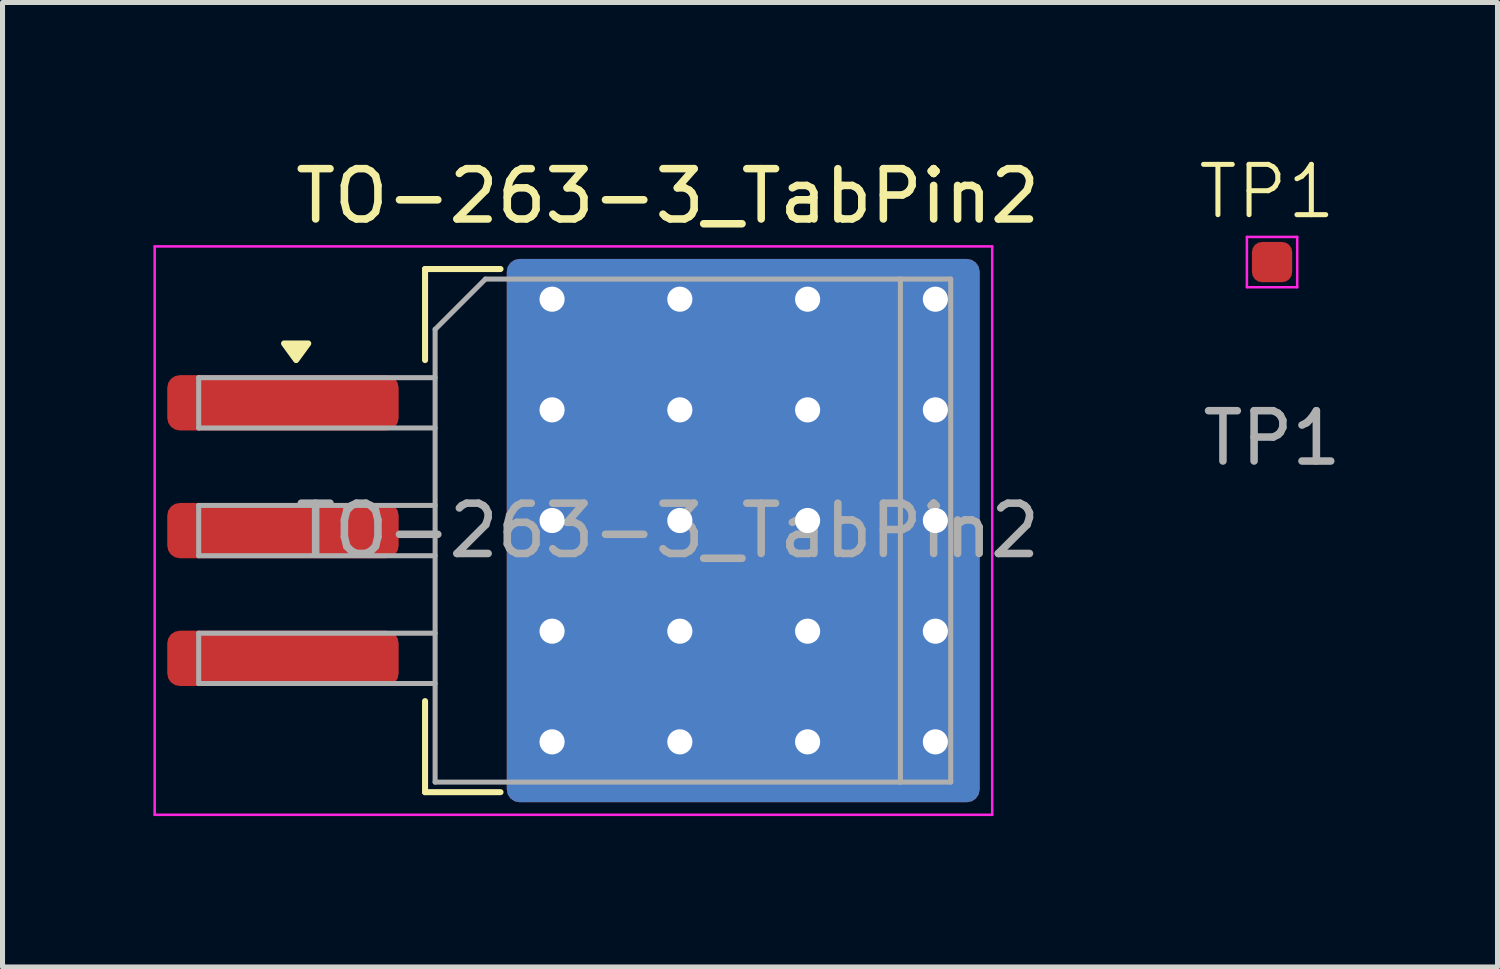
<source format=kicad_pcb>
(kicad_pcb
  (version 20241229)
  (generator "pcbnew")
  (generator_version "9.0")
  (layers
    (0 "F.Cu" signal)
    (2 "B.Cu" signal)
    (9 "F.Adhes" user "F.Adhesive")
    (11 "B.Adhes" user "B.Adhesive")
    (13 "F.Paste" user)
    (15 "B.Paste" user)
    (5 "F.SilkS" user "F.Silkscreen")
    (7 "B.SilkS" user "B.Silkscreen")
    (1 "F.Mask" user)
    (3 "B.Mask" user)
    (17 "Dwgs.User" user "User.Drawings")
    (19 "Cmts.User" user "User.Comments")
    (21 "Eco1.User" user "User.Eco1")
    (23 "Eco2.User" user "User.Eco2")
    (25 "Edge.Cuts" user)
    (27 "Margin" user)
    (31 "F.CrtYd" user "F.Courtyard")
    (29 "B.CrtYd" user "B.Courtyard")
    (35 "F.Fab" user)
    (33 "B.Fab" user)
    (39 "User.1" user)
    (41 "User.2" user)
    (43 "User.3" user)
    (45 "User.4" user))
  (footprint "TP1"
    (layer "F.Cu")
    (at 22.238 2.16)
    (property "Reference" "TP1" (at -0.1 -1.4 0) (unlocked yes) (layer "F.SilkS") (effects (font (size 1 1) (thickness 0.1))))
    (attr smd)
    (fp_line (start -0.5 -0.5) (end 0.5 -0.5) (stroke (width 0.05) (type default)) (layer "F.CrtYd"))
    (fp_line (start -0.5 0.5) (end -0.5 -0.5) (stroke (width 0.05) (type default)) (layer "F.CrtYd"))
    (fp_line (start 0.5 -0.5) (end 0.5 0.5) (stroke (width 0.05) (type default)) (layer "F.CrtYd"))
    (fp_line (start 0.5 0.5) (end -0.5 0.5) (stroke (width 0.05) (type default)) (layer "F.CrtYd"))
    (fp_text user "${REFERENCE}" (at 0 3.5 0) (unlocked yes) (layer "F.Fab") (effects (font (size 1 1) (thickness 0.15))))
    (pad "1" smd roundrect (at 0 0) (size 0.8 0.8) (layers "F.Cu" "F.Mask" "F.Paste") (roundrect_rratio 0.25)))
  (footprint "TO-263-3_TabPin2"
    (layer "F.Cu")
    (at 10.225 7.498)
    (property "Reference" "TO-263-3_TabPin2" (at 0 -6.65 0) (layer "F.SilkS") (effects (font (size 1 1) (thickness 0.15))))
    (attr smd)
    (fp_line (start -4.825 -5.2) (end -4.825 -3.39) (stroke (width 0.12) (type solid)) (layer "F.SilkS"))
    (fp_line (start -4.825 5.2) (end -4.825 3.39) (stroke (width 0.12) (type solid)) (layer "F.SilkS"))
    (fp_line (start -3.325 -5.2) (end -4.825 -5.2) (stroke (width 0.12) (type solid)) (layer "F.SilkS"))
    (fp_line (start -3.325 5.2) (end -4.825 5.2) (stroke (width 0.12) (type solid)) (layer "F.SilkS"))
    (fp_poly (pts (xy -7.388 -3.39) (xy -7.628 -3.72) (xy -7.147 -3.72) (xy -7.388 -3.39)) (stroke (width 0.12) (type solid)) (fill yes) (layer "F.SilkS"))
    (fp_line (start -10.2 -5.65) (end -10.2 5.65) (stroke (width 0.05) (type solid)) (layer "F.CrtYd"))
    (fp_line (start -10.2 5.65) (end 6.45 5.65) (stroke (width 0.05) (type solid)) (layer "F.CrtYd"))
    (fp_line (start 6.45 -5.65) (end -10.2 -5.65) (stroke (width 0.05) (type solid)) (layer "F.CrtYd"))
    (fp_line (start 6.45 5.65) (end 6.45 -5.65) (stroke (width 0.05) (type solid)) (layer "F.CrtYd"))
    (fp_line (start -9.325 -3.04) (end -9.325 -2.04) (stroke (width 0.1) (type solid)) (layer "F.Fab"))
    (fp_line (start -9.325 -2.04) (end -4.625 -2.04) (stroke (width 0.1) (type solid)) (layer "F.Fab"))
    (fp_line (start -9.325 -0.5) (end -9.325 0.5) (stroke (width 0.1) (type solid)) (layer "F.Fab"))
    (fp_line (start -9.325 0.5) (end -4.625 0.5) (stroke (width 0.1) (type solid)) (layer "F.Fab"))
    (fp_line (start -9.325 2.04) (end -9.325 3.04) (stroke (width 0.1) (type solid)) (layer "F.Fab"))
    (fp_line (start -9.325 3.04) (end -4.625 3.04) (stroke (width 0.1) (type solid)) (layer "F.Fab"))
    (fp_line (start -4.625 -4) (end -3.625 -5) (stroke (width 0.1) (type solid)) (layer "F.Fab"))
    (fp_line (start -4.625 -3.04) (end -9.325 -3.04) (stroke (width 0.1) (type solid)) (layer "F.Fab"))
    (fp_line (start -4.625 -0.5) (end -9.325 -0.5) (stroke (width 0.1) (type solid)) (layer "F.Fab"))
    (fp_line (start -4.625 2.04) (end -9.325 2.04) (stroke (width 0.1) (type solid)) (layer "F.Fab"))
    (fp_line (start -4.625 5) (end -4.625 -4) (stroke (width 0.1) (type solid)) (layer "F.Fab"))
    (fp_line (start -3.625 -5) (end 4.625 -5) (stroke (width 0.1) (type solid)) (layer "F.Fab"))
    (fp_line (start 4.625 -5) (end 4.625 5) (stroke (width 0.1) (type solid)) (layer "F.Fab"))
    (fp_line (start 4.625 -5) (end 5.625 -5) (stroke (width 0.1) (type solid)) (layer "F.Fab"))
    (fp_line (start 4.625 5) (end -4.625 5) (stroke (width 0.1) (type solid)) (layer "F.Fab"))
    (fp_line (start 5.625 -5) (end 5.625 5) (stroke (width 0.1) (type solid)) (layer "F.Fab"))
    (fp_line (start 5.625 5) (end 4.625 5) (stroke (width 0.1) (type solid)) (layer "F.Fab"))
    (fp_text user "${REFERENCE}" (at 0 0 0) (layer "F.Fab") (effects (font (size 1 1) (thickness 0.15))))
    (pad "1" smd roundrect (at -7.65 -2.54) (size 4.6 1.1) (layers "F.Cu" "F.Mask" "F.Paste") (roundrect_rratio 0.227))
    (pad "2" smd roundrect (at -7.65 0) (size 4.6 1.1) (layers "F.Cu" "F.Mask" "F.Paste") (roundrect_rratio 0.227))
    (pad "2" thru_hole circle (at -2.3 -4.6) (size 1 1) (drill 0.5) (layers "*.Cu" "*.Mask"))
    (pad "2" thru_hole circle (at -2.3 -2.4) (size 1 1) (drill 0.5) (layers "*.Cu" "*.Mask"))
    (pad "2" thru_hole circle (at -2.3 -0.2) (size 1 1) (drill 0.5) (layers "*.Cu" "*.Mask"))
    (pad "2" thru_hole circle (at -2.3 2) (size 1 1) (drill 0.5) (layers "*.Cu" "*.Mask"))
    (pad "2" thru_hole circle (at -2.3 4.2) (size 1 1) (drill 0.5) (layers "*.Cu" "*.Mask"))
    (pad "2" thru_hole circle (at 0.24 -4.6) (size 1 1) (drill 0.5) (layers "*.Cu" "*.Mask"))
    (pad "2" thru_hole circle (at 0.24 -2.4) (size 1 1) (drill 0.5) (layers "*.Cu" "*.Mask"))
    (pad "2" thru_hole circle (at 0.24 -0.2) (size 1 1) (drill 0.5) (layers "*.Cu" "*.Mask"))
    (pad "2" thru_hole circle (at 0.24 2) (size 1 1) (drill 0.5) (layers "*.Cu" "*.Mask"))
    (pad "2" thru_hole circle (at 0.24 4.2) (size 1 1) (drill 0.5) (layers "*.Cu" "*.Mask"))
    (pad "2" smd roundrect (at 1.5 0) (size 9.4 10.8) (layers "F.Cu" "F.Mask") (roundrect_rratio 0.027))
    (pad "2" smd roundrect (at 1.5 0) (size 9.4 10.8) (layers "B.Cu" "B.Mask") (roundrect_rratio 0.027))
    (pad "2" thru_hole circle (at 2.78 -4.6) (size 1 1) (drill 0.5) (layers "*.Cu" "*.Mask"))
    (pad "2" thru_hole circle (at 2.78 -2.4) (size 1 1) (drill 0.5) (layers "*.Cu" "*.Mask"))
    (pad "2" thru_hole circle (at 2.78 -0.2) (size 1 1) (drill 0.5) (layers "*.Cu" "*.Mask"))
    (pad "2" thru_hole circle (at 2.78 2) (size 1 1) (drill 0.5) (layers "*.Cu" "*.Mask"))
    (pad "2" thru_hole circle (at 2.78 4.2) (size 1 1) (drill 0.5) (layers "*.Cu" "*.Mask"))
    (pad "2" thru_hole circle (at 5.32 -4.6) (size 1 1) (drill 0.5) (layers "*.Cu" "*.Mask"))
    (pad "2" thru_hole circle (at 5.32 -2.4) (size 1 1) (drill 0.5) (layers "*.Cu" "*.Mask"))
    (pad "2" thru_hole circle (at 5.32 -0.2) (size 1 1) (drill 0.5) (layers "*.Cu" "*.Mask"))
    (pad "2" thru_hole circle (at 5.32 2) (size 1 1) (drill 0.5) (layers "*.Cu" "*.Mask"))
    (pad "2" thru_hole circle (at 5.32 4.2) (size 1 1) (drill 0.5) (layers "*.Cu" "*.Mask"))
    (pad "3" smd roundrect (at -7.65 2.54) (size 4.6 1.1) (layers "F.Cu" "F.Mask" "F.Paste") (roundrect_rratio 0.227)))
  (gr_rect
    (start -3 -3)
    (end 26.72 16.173)
    (stroke (width 0.1) (type default))
    (fill no)
    (layer "Edge.Cuts")))
</source>
